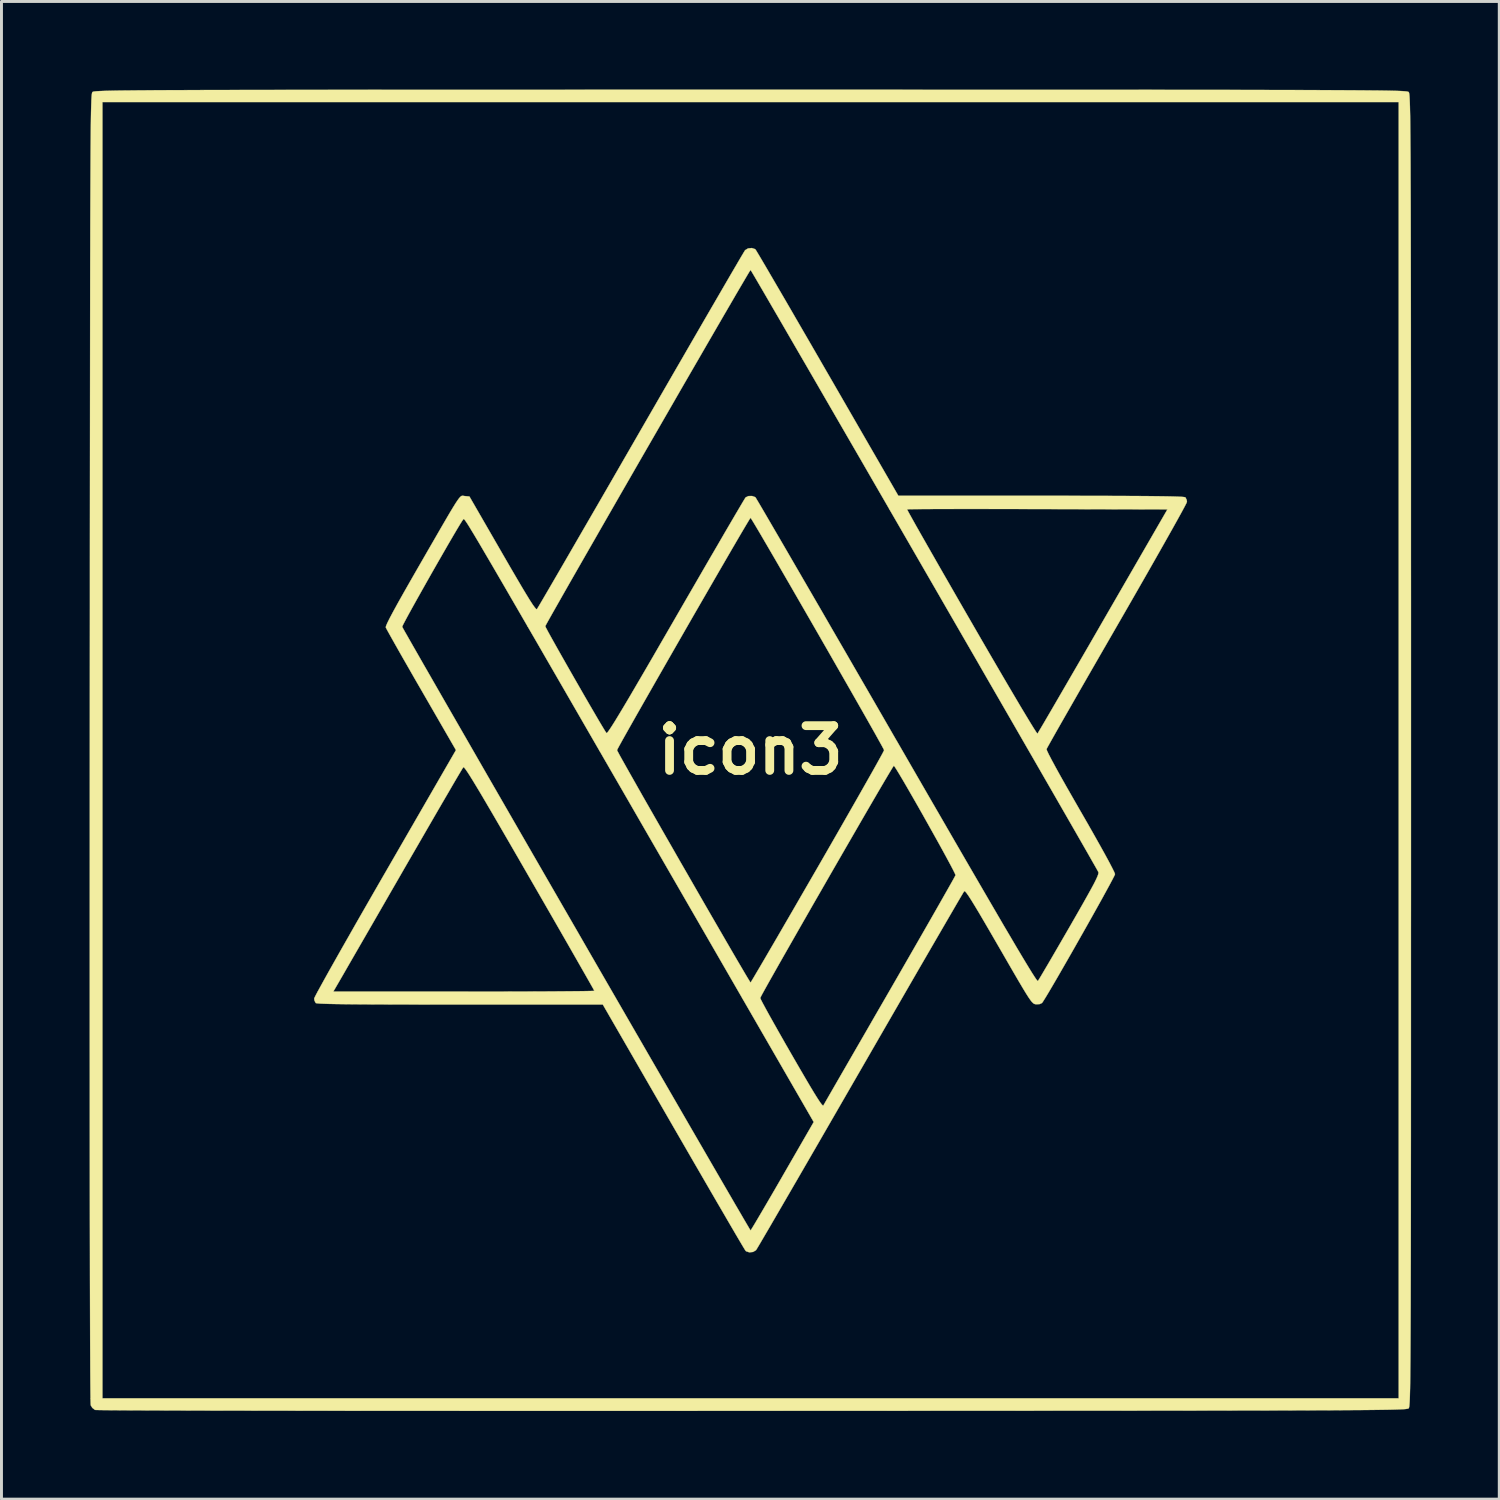
<source format=kicad_pcb>
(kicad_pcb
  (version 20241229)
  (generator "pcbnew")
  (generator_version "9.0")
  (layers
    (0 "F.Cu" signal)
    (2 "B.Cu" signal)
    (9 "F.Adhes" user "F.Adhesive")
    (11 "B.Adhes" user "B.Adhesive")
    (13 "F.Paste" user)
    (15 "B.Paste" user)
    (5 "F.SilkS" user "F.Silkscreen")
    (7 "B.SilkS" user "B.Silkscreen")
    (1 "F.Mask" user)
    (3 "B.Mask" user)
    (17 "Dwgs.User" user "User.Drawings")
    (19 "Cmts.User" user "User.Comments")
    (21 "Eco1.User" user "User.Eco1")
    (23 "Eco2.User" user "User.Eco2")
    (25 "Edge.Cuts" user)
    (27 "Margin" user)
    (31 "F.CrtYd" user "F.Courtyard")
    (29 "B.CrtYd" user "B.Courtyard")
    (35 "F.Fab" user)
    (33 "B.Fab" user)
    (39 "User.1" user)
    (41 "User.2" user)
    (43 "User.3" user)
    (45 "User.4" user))
  (footprint "icon3"
    (layer "F.Cu")
    (at 22.496 22.483)
    (property "Reference" "icon3" (at 0 0 0) (layer "F.SilkS") (effects (font (size 1.524 1.524) (thickness 0.3))))
    (attr through_hole)
    (fp_poly (pts (xy 1.674 -22.478) (xy 3.262 -22.478) (xy 4.766 -22.478) (xy 6.19 -22.477) (xy 7.535 -22.477) (xy 8.803 -22.477) (xy 9.996 -22.477) (xy 11.118 -22.477) (xy 12.169 -22.476) (xy 13.154 -22.476) (xy 14.072 -22.475) (xy 14.928 -22.474) (xy 15.723 -22.474) (xy 16.459 -22.473) (xy 17.138 -22.472) (xy 17.764 -22.47) (xy 18.338 -22.469) (xy 18.862 -22.468) (xy 19.339 -22.466) (xy 19.771 -22.464) (xy 20.16 -22.462) (xy 20.508 -22.46) (xy 20.818 -22.458) (xy 21.092 -22.455) (xy 21.333 -22.453) (xy 21.541 -22.45) (xy 21.721 -22.447) (xy 21.873 -22.443) (xy 22 -22.44) (xy 22.105 -22.436) (xy 22.19 -22.432) (xy 22.256 -22.427) (xy 22.307 -22.423) (xy 22.344 -22.418) (xy 22.37 -22.412) (xy 22.387 -22.407) (xy 22.397 -22.401) (xy 22.399 -22.399) (xy 22.405 -22.391) (xy 22.411 -22.377) (xy 22.416 -22.354) (xy 22.421 -22.321) (xy 22.426 -22.275) (xy 22.43 -22.214) (xy 22.434 -22.135) (xy 22.438 -22.037) (xy 22.442 -21.918) (xy 22.445 -21.774) (xy 22.449 -21.604) (xy 22.452 -21.405) (xy 22.454 -21.176) (xy 22.457 -20.913) (xy 22.459 -20.615) (xy 22.462 -20.28) (xy 22.464 -19.905) (xy 22.465 -19.487) (xy 22.467 -19.026) (xy 22.469 -18.517) (xy 22.47 -17.96) (xy 22.471 -17.352) (xy 22.472 -16.69) (xy 22.473 -15.973) (xy 22.474 -15.198) (xy 22.475 -14.363) (xy 22.475 -13.465) (xy 22.476 -12.503) (xy 22.476 -11.474) (xy 22.477 -10.376) (xy 22.477 -9.207) (xy 22.477 -7.964) (xy 22.477 -6.645) (xy 22.478 -5.247) (xy 22.478 -3.77) (xy 22.478 -2.21) (xy 22.478 -0.565) (xy 22.478 0) (xy 22.478 1.674) (xy 22.478 3.262) (xy 22.478 4.766) (xy 22.477 6.19) (xy 22.477 7.535) (xy 22.477 8.803) (xy 22.477 9.996) (xy 22.477 11.118) (xy 22.476 12.169) (xy 22.476 13.154) (xy 22.475 14.072) (xy 22.474 14.928) (xy 22.474 15.723) (xy 22.473 16.459) (xy 22.472 17.138) (xy 22.47 17.764) (xy 22.469 18.338) (xy 22.468 18.862) (xy 22.466 19.339) (xy 22.464 19.771) (xy 22.462 20.16) (xy 22.46 20.508) (xy 22.458 20.818) (xy 22.455 21.093) (xy 22.453 21.333) (xy 22.45 21.541) (xy 22.447 21.721) (xy 22.443 21.873) (xy 22.44 22) (xy 22.436 22.105) (xy 22.432 22.19) (xy 22.427 22.256) (xy 22.423 22.307) (xy 22.418 22.344) (xy 22.412 22.37) (xy 22.407 22.387) (xy 22.401 22.397) (xy 22.399 22.399) (xy 22.391 22.405) (xy 22.376 22.411) (xy 22.354 22.416) (xy 22.32 22.421) (xy 22.274 22.426) (xy 22.213 22.43) (xy 22.134 22.434) (xy 22.036 22.438) (xy 21.916 22.442) (xy 21.772 22.446) (xy 21.602 22.449) (xy 21.402 22.452) (xy 21.172 22.455) (xy 20.909 22.458) (xy 20.611 22.46) (xy 20.274 22.462) (xy 19.898 22.465) (xy 19.48 22.467) (xy 19.017 22.468) (xy 18.508 22.47) (xy 17.949 22.472) (xy 17.34 22.473) (xy 16.677 22.474) (xy 15.958 22.476) (xy 15.182 22.477) (xy 14.345 22.478) (xy 13.446 22.479) (xy 12.482 22.48) (xy 11.451 22.48) (xy 10.351 22.481) (xy 9.179 22.482) (xy 7.934 22.483) (xy 6.613 22.483) (xy 5.213 22.484) (xy 3.733 22.485) (xy 2.17 22.485) (xy 0.522 22.486) (xy 0.053 22.486) (xy -1.544 22.486) (xy -3.096 22.487) (xy -4.602 22.487) (xy -6.06 22.487) (xy -7.468 22.487) (xy -8.824 22.487) (xy -10.127 22.486) (xy -11.374 22.485) (xy -12.564 22.485) (xy -13.694 22.484) (xy -14.764 22.483) (xy -15.771 22.481) (xy -16.713 22.48) (xy -17.589 22.478) (xy -18.396 22.477) (xy -19.134 22.475) (xy -19.799 22.473) (xy -20.391 22.471) (xy -20.907 22.469) (xy -21.345 22.467) (xy -21.704 22.464) (xy -21.982 22.462) (xy -22.178 22.459) (xy -22.288 22.456) (xy -22.314 22.454) (xy -22.404 22.384) (xy -22.456 22.3) (xy -22.46 22.246) (xy -22.464 22.105) (xy -22.467 21.877) (xy -22.47 21.562) (xy -22.473 21.16) (xy -22.475 20.673) (xy -22.478 20.1) (xy -22.48 19.442) (xy -22.482 18.699) (xy -22.484 17.871) (xy -22.485 16.96) (xy -22.487 15.965) (xy -22.488 14.886) (xy -22.489 13.725) (xy -22.49 12.482) (xy -22.49 11.156) (xy -22.491 9.748) (xy -22.491 8.259) (xy -22.491 6.689) (xy -22.491 5.039) (xy -22.49 3.308) (xy -22.49 1.498) (xy -22.489 -0.068) (xy -22.488 -1.739) (xy -22.487 -3.324) (xy -22.486 -4.826) (xy -22.486 -6.247) (xy -22.485 -7.589) (xy -22.484 -8.855) (xy -22.483 -10.046) (xy -22.482 -11.165) (xy -22.481 -12.214) (xy -22.48 -13.196) (xy -22.479 -14.112) (xy -22.478 -14.966) (xy -22.477 -15.758) (xy -22.476 -16.492) (xy -22.474 -17.169) (xy -22.473 -17.793) (xy -22.471 -18.365) (xy -22.469 -18.887) (xy -22.467 -19.362) (xy -22.465 -19.792) (xy -22.463 -20.179) (xy -22.461 -20.525) (xy -22.458 -20.834) (xy -22.456 -21.106) (xy -22.453 -21.345) (xy -22.45 -21.552) (xy -22.447 -21.73) (xy -22.443 -21.881) (xy -22.439 -22.007) (xy -22.437 -22.06) (xy -22.06 -22.06) (xy -22.06 22.06) (xy 22.06 22.06) (xy 22.06 -22.06) (xy -22.06 -22.06) (xy -22.437 -22.06) (xy -22.436 -22.111) (xy -22.431 -22.194) (xy -22.427 -22.26) (xy -22.422 -22.31) (xy -22.417 -22.346) (xy -22.412 -22.371) (xy -22.407 -22.388) (xy -22.401 -22.398) (xy -22.399 -22.399) (xy -22.391 -22.405) (xy -22.377 -22.411) (xy -22.354 -22.416) (xy -22.321 -22.421) (xy -22.275 -22.426) (xy -22.214 -22.43) (xy -22.135 -22.434) (xy -22.037 -22.438) (xy -21.918 -22.442) (xy -21.774 -22.445) (xy -21.604 -22.449) (xy -21.405 -22.452) (xy -21.176 -22.454) (xy -20.913 -22.457) (xy -20.615 -22.459) (xy -20.28 -22.462) (xy -19.905 -22.464) (xy -19.487 -22.465) (xy -19.026 -22.467) (xy -18.517 -22.469) (xy -17.96 -22.47) (xy -17.352 -22.471) (xy -16.69 -22.472) (xy -15.973 -22.473) (xy -15.198 -22.474) (xy -14.363 -22.475) (xy -13.465 -22.475) (xy -12.503 -22.476) (xy -11.474 -22.476) (xy -10.376 -22.477) (xy -9.207 -22.477) (xy -7.963 -22.477) (xy -6.644 -22.477) (xy -5.247 -22.478) (xy -3.77 -22.478) (xy -2.21 -22.478) (xy -0.565 -22.478) (xy 0 -22.478) (xy 1.674 -22.478)) (stroke (width 0.01) (type solid)) (fill yes) (layer "F.SilkS"))
    (fp_poly (pts (xy 0.153 -17.054) (xy 0.168 -17.04) (xy 0.197 -16.996) (xy 0.267 -16.88) (xy 0.375 -16.698) (xy 0.518 -16.455) (xy 0.693 -16.155) (xy 0.898 -15.804) (xy 1.13 -15.407) (xy 1.385 -14.968) (xy 1.66 -14.492) (xy 1.954 -13.986) (xy 2.263 -13.452) (xy 2.583 -12.897) (xy 2.627 -12.822) (xy 5.031 -8.657) (xy 9.889 -8.657) (xy 10.689 -8.657) (xy 11.404 -8.656) (xy 12.039 -8.655) (xy 12.597 -8.653) (xy 13.083 -8.651) (xy 13.499 -8.648) (xy 13.85 -8.644) (xy 14.14 -8.64) (xy 14.372 -8.635) (xy 14.55 -8.629) (xy 14.677 -8.623) (xy 14.759 -8.615) (xy 14.797 -8.607) (xy 14.801 -8.604) (xy 14.844 -8.52) (xy 14.853 -8.454) (xy 14.832 -8.403) (xy 14.769 -8.281) (xy 14.668 -8.094) (xy 14.531 -7.846) (xy 14.361 -7.541) (xy 14.161 -7.186) (xy 13.935 -6.786) (xy 13.684 -6.344) (xy 13.412 -5.867) (xy 13.121 -5.359) (xy 12.815 -4.826) (xy 12.496 -4.272) (xy 12.474 -4.234) (xy 12.154 -3.679) (xy 11.846 -3.145) (xy 11.553 -2.636) (xy 11.278 -2.158) (xy 11.025 -1.716) (xy 10.795 -1.314) (xy 10.591 -0.958) (xy 10.417 -0.652) (xy 10.276 -0.402) (xy 10.17 -0.213) (xy 10.101 -0.089) (xy 10.074 -0.036) (xy 10.074 -0.036) (xy 10.091 0.019) (xy 10.151 0.145) (xy 10.251 0.337) (xy 10.388 0.591) (xy 10.56 0.902) (xy 10.765 1.265) (xy 11 1.676) (xy 11.229 2.075) (xy 11.473 2.498) (xy 11.695 2.889) (xy 11.893 3.241) (xy 12.064 3.549) (xy 12.204 3.807) (xy 12.309 4.008) (xy 12.377 4.146) (xy 12.404 4.215) (xy 12.405 4.219) (xy 12.384 4.271) (xy 12.323 4.39) (xy 12.228 4.569) (xy 12.103 4.798) (xy 11.954 5.07) (xy 11.784 5.375) (xy 11.599 5.706) (xy 11.403 6.054) (xy 11.201 6.41) (xy 10.999 6.767) (xy 10.8 7.115) (xy 10.609 7.447) (xy 10.433 7.753) (xy 10.274 8.025) (xy 10.138 8.256) (xy 10.029 8.436) (xy 9.953 8.557) (xy 9.92 8.604) (xy 9.845 8.641) (xy 9.726 8.649) (xy 9.722 8.648) (xy 9.687 8.644) (xy 9.654 8.634) (xy 9.619 8.611) (xy 9.577 8.571) (xy 9.526 8.505) (xy 9.459 8.409) (xy 9.374 8.275) (xy 9.267 8.099) (xy 9.133 7.873) (xy 8.969 7.592) (xy 8.77 7.248) (xy 8.533 6.837) (xy 8.447 6.689) (xy 8.186 6.238) (xy 7.965 5.859) (xy 7.782 5.547) (xy 7.631 5.296) (xy 7.512 5.102) (xy 7.42 4.96) (xy 7.353 4.865) (xy 7.307 4.812) (xy 7.279 4.796) (xy 7.272 4.799) (xy 7.244 4.843) (xy 7.175 4.959) (xy 7.067 5.143) (xy 6.923 5.39) (xy 6.744 5.698) (xy 6.533 6.061) (xy 6.292 6.476) (xy 6.024 6.938) (xy 5.731 7.443) (xy 5.416 7.988) (xy 5.081 8.568) (xy 4.728 9.179) (xy 4.359 9.818) (xy 3.978 10.479) (xy 3.736 10.898) (xy 3.347 11.572) (xy 2.97 12.225) (xy 2.607 12.854) (xy 2.26 13.455) (xy 1.931 14.023) (xy 1.623 14.555) (xy 1.338 15.046) (xy 1.079 15.492) (xy 0.848 15.89) (xy 0.648 16.234) (xy 0.48 16.521) (xy 0.348 16.747) (xy 0.253 16.907) (xy 0.198 16.998) (xy 0.185 17.018) (xy 0.085 17.078) (xy -0.042 17.091) (xy -0.151 17.055) (xy -0.167 17.041) (xy -0.196 16.997) (xy -0.266 16.881) (xy -0.374 16.699) (xy -0.517 16.456) (xy -0.692 16.156) (xy -0.896 15.805) (xy -1.128 15.408) (xy -1.383 14.969) (xy -1.658 14.494) (xy -1.952 13.987) (xy -2.26 13.454) (xy -2.581 12.899) (xy -2.625 12.823) (xy -5.029 8.657) (xy -9.888 8.657) (xy -10.688 8.657) (xy -11.403 8.656) (xy -12.038 8.655) (xy -12.596 8.653) (xy -13.082 8.651) (xy -13.498 8.648) (xy -13.85 8.644) (xy -14.139 8.64) (xy -14.371 8.635) (xy -14.549 8.629) (xy -14.677 8.623) (xy -14.758 8.615) (xy -14.797 8.607) (xy -14.801 8.604) (xy -14.844 8.52) (xy -14.853 8.454) (xy -14.832 8.404) (xy -14.769 8.282) (xy -14.734 8.218) (xy -14.203 8.218) (xy -9.76 8.218) (xy -9.143 8.217) (xy -8.552 8.217) (xy -7.992 8.215) (xy -7.469 8.214) (xy -6.989 8.212) (xy -6.557 8.209) (xy -6.181 8.206) (xy -5.865 8.203) (xy -5.615 8.2) (xy -5.437 8.196) (xy -5.337 8.193) (xy -5.317 8.19) (xy -5.339 8.149) (xy -5.401 8.037) (xy -5.502 7.859) (xy -5.638 7.62) (xy -5.806 7.326) (xy -6.003 6.981) (xy -6.226 6.591) (xy -6.473 6.161) (xy -6.74 5.696) (xy -7.025 5.201) (xy -7.325 4.681) (xy -7.521 4.341) (xy -7.892 3.698) (xy -8.222 3.127) (xy -8.513 2.626) (xy -8.767 2.189) (xy -8.987 1.814) (xy -9.174 1.496) (xy -9.332 1.233) (xy -9.461 1.02) (xy -9.565 0.853) (xy -9.646 0.729) (xy -9.706 0.644) (xy -9.746 0.595) (xy -9.77 0.577) (xy -9.777 0.579) (xy -9.806 0.625) (xy -9.876 0.741) (xy -9.984 0.923) (xy -10.126 1.165) (xy -10.299 1.463) (xy -10.501 1.809) (xy -10.728 2.2) (xy -10.977 2.63) (xy -11.245 3.094) (xy -11.53 3.586) (xy -11.827 4.1) (xy -11.933 4.285) (xy -12.235 4.808) (xy -12.525 5.312) (xy -12.801 5.791) (xy -13.06 6.24) (xy -13.298 6.652) (xy -13.512 7.023) (xy -13.699 7.347) (xy -13.855 7.619) (xy -13.979 7.833) (xy -14.066 7.983) (xy -14.113 8.064) (xy -14.119 8.075) (xy -14.203 8.218) (xy -14.734 8.218) (xy -14.667 8.095) (xy -14.53 7.846) (xy -14.361 7.542) (xy -14.161 7.187) (xy -13.934 6.785) (xy -13.682 6.343) (xy -13.41 5.864) (xy -13.118 5.355) (xy -12.811 4.82) (xy -12.49 4.263) (xy -12.44 4.177) (xy -10.027 -0.003) (xy -11.208 -2.049) (xy -11.433 -2.438) (xy -11.644 -2.807) (xy -11.839 -3.147) (xy -12.012 -3.451) (xy -12.159 -3.712) (xy -12.277 -3.922) (xy -12.362 -4.075) (xy -12.408 -4.162) (xy -12.416 -4.179) (xy -12.412 -4.2) (xy -11.857 -4.2) (xy -11.834 -4.156) (xy -11.77 -4.041) (xy -11.665 -3.857) (xy -11.524 -3.609) (xy -11.347 -3.3) (xy -11.138 -2.934) (xy -10.897 -2.515) (xy -10.628 -2.046) (xy -10.333 -1.532) (xy -10.013 -0.977) (xy -9.671 -0.383) (xy -9.31 0.245) (xy -8.931 0.904) (xy -8.536 1.589) (xy -8.128 2.297) (xy -7.709 3.024) (xy -7.281 3.766) (xy -6.846 4.52) (xy -6.407 5.281) (xy -5.965 6.046) (xy -5.524 6.812) (xy -5.084 7.574) (xy -4.648 8.328) (xy -4.219 9.071) (xy -3.798 9.799) (xy -3.388 10.509) (xy -2.991 11.196) (xy -2.609 11.856) (xy -2.245 12.486) (xy -1.9 13.082) (xy -1.576 13.641) (xy -1.277 14.158) (xy -1.003 14.63) (xy -0.758 15.052) (xy -0.543 15.422) (xy -0.36 15.735) (xy -0.213 15.988) (xy -0.102 16.176) (xy -0.031 16.297) (xy -0.001 16.345) (xy 0 16.346) (xy 0.026 16.309) (xy 0.091 16.203) (xy 0.191 16.036) (xy 0.322 15.814) (xy 0.479 15.546) (xy 0.659 15.238) (xy 0.857 14.898) (xy 1.068 14.533) (xy 1.086 14.501) (xy 2.15 12.656) (xy -0.286 8.435) (xy 0.33 8.435) (xy 0.351 8.487) (xy 0.412 8.606) (xy 0.509 8.786) (xy 0.637 9.019) (xy 0.793 9.297) (xy 0.971 9.613) (xy 1.167 9.958) (xy 1.378 10.325) (xy 1.384 10.336) (xy 1.637 10.773) (xy 1.85 11.138) (xy 2.026 11.437) (xy 2.168 11.673) (xy 2.28 11.852) (xy 2.363 11.978) (xy 2.423 12.058) (xy 2.46 12.094) (xy 2.479 12.092) (xy 2.479 12.092) (xy 2.506 12.045) (xy 2.574 11.926) (xy 2.68 11.742) (xy 2.821 11.497) (xy 2.994 11.197) (xy 3.196 10.847) (xy 3.424 10.452) (xy 3.675 10.017) (xy 3.946 9.548) (xy 4.233 9.049) (xy 4.535 8.527) (xy 4.738 8.176) (xy 5.047 7.64) (xy 5.343 7.125) (xy 5.624 6.636) (xy 5.887 6.178) (xy 6.129 5.756) (xy 6.346 5.376) (xy 6.536 5.042) (xy 6.696 4.76) (xy 6.823 4.536) (xy 6.914 4.373) (xy 6.965 4.278) (xy 6.977 4.255) (xy 6.959 4.206) (xy 6.902 4.09) (xy 6.812 3.917) (xy 6.693 3.696) (xy 6.551 3.435) (xy 6.39 3.143) (xy 6.216 2.831) (xy 6.034 2.506) (xy 5.85 2.178) (xy 5.667 1.856) (xy 5.491 1.549) (xy 5.328 1.266) (xy 5.182 1.016) (xy 5.059 0.809) (xy 4.963 0.652) (xy 4.9 0.556) (xy 4.876 0.529) (xy 4.85 0.566) (xy 4.784 0.673) (xy 4.682 0.844) (xy 4.546 1.073) (xy 4.381 1.354) (xy 4.19 1.681) (xy 3.977 2.047) (xy 3.745 2.447) (xy 3.498 2.875) (xy 3.239 3.323) (xy 2.971 3.787) (xy 2.699 4.259) (xy 2.426 4.735) (xy 2.154 5.207) (xy 1.889 5.67) (xy 1.633 6.117) (xy 1.39 6.543) (xy 1.163 6.941) (xy 0.956 7.305) (xy 0.773 7.629) (xy 0.616 7.907) (xy 0.49 8.133) (xy 0.398 8.3) (xy 0.344 8.403) (xy 0.33 8.435) (xy -0.286 8.435) (xy -1.597 6.163) (xy -2.307 4.933) (xy -2.975 3.776) (xy -3.601 2.691) (xy -4.187 1.675) (xy -4.735 0.726) (xy -5.155 -0.001) (xy -4.545 -0.001) (xy -4.523 0.044) (xy -4.462 0.159) (xy -4.363 0.337) (xy -4.231 0.572) (xy -4.069 0.859) (xy -3.881 1.191) (xy -3.671 1.562) (xy -3.441 1.965) (xy -3.195 2.395) (xy -2.937 2.846) (xy -2.67 3.311) (xy -2.399 3.785) (xy -2.125 4.26) (xy -1.854 4.732) (xy -1.588 5.194) (xy -1.331 5.639) (xy -1.086 6.062) (xy -0.857 6.457) (xy -0.648 6.817) (xy -0.462 7.136) (xy -0.302 7.408) (xy -0.173 7.628) (xy -0.077 7.788) (xy -0.018 7.883) (xy 0 7.908) (xy 0.025 7.871) (xy 0.09 7.763) (xy 0.193 7.588) (xy 0.332 7.353) (xy 0.503 7.061) (xy 0.702 6.719) (xy 0.929 6.33) (xy 1.178 5.9) (xy 1.448 5.435) (xy 1.735 4.938) (xy 2.037 4.416) (xy 2.284 3.989) (xy 2.595 3.449) (xy 2.894 2.929) (xy 3.177 2.435) (xy 3.442 1.971) (xy 3.685 1.545) (xy 3.904 1.159) (xy 4.096 0.82) (xy 4.258 0.532) (xy 4.386 0.301) (xy 4.479 0.132) (xy 4.532 0.029) (xy 4.545 -0.001) (xy 4.524 -0.046) (xy 4.462 -0.161) (xy 4.363 -0.339) (xy 4.232 -0.575) (xy 4.07 -0.862) (xy 3.882 -1.194) (xy 3.671 -1.564) (xy 3.441 -1.968) (xy 3.195 -2.398) (xy 2.937 -2.849) (xy 2.671 -3.314) (xy 2.399 -3.788) (xy 2.126 -4.263) (xy 1.854 -4.735) (xy 1.588 -5.196) (xy 1.331 -5.642) (xy 1.086 -6.065) (xy 0.858 -6.459) (xy 0.648 -6.819) (xy 0.462 -7.138) (xy 0.303 -7.41) (xy 0.173 -7.629) (xy 0.077 -7.789) (xy 0.018 -7.884) (xy 0 -7.909) (xy -0.026 -7.872) (xy -0.092 -7.764) (xy -0.194 -7.593) (xy -0.33 -7.363) (xy -0.494 -7.082) (xy -0.685 -6.755) (xy -0.898 -6.388) (xy -1.13 -5.988) (xy -1.377 -5.56) (xy -1.636 -5.112) (xy -1.904 -4.648) (xy -2.176 -4.175) (xy -2.449 -3.699) (xy -2.72 -3.227) (xy -2.985 -2.764) (xy -3.241 -2.317) (xy -3.484 -1.891) (xy -3.711 -1.493) (xy -3.918 -1.129) (xy -4.101 -0.805) (xy -4.258 -0.527) (xy -4.384 -0.302) (xy -4.476 -0.135) (xy -4.53 -0.033) (xy -4.545 -0.001) (xy -5.155 -0.001) (xy -5.246 -0.158) (xy -5.72 -0.979) (xy -6.16 -1.741) (xy -6.566 -2.444) (xy -6.941 -3.092) (xy -7.284 -3.687) (xy -7.593 -4.219) (xy -6.987 -4.219) (xy -6.966 -4.172) (xy -6.906 -4.058) (xy -6.812 -3.886) (xy -6.689 -3.666) (xy -6.544 -3.407) (xy -6.38 -3.118) (xy -6.204 -2.808) (xy -6.02 -2.486) (xy -5.834 -2.162) (xy -5.652 -1.845) (xy -5.477 -1.543) (xy -5.316 -1.267) (xy -5.175 -1.025) (xy -5.057 -0.827) (xy -4.969 -0.681) (xy -4.915 -0.597) (xy -4.904 -0.582) (xy -4.886 -0.589) (xy -4.849 -0.632) (xy -4.792 -0.713) (xy -4.711 -0.836) (xy -4.605 -1.005) (xy -4.473 -1.222) (xy -4.311 -1.492) (xy -4.118 -1.817) (xy -3.893 -2.202) (xy -3.632 -2.648) (xy -3.334 -3.16) (xy -2.998 -3.742) (xy -2.62 -4.395) (xy -2.537 -4.539) (xy -2.221 -5.086) (xy -1.916 -5.612) (xy -1.627 -6.112) (xy -1.355 -6.581) (xy -1.103 -7.013) (xy -0.876 -7.405) (xy -0.674 -7.75) (xy -0.502 -8.044) (xy -0.362 -8.281) (xy -0.258 -8.457) (xy -0.192 -8.566) (xy -0.167 -8.604) (xy -0.071 -8.649) (xy 0.053 -8.651) (xy 0.157 -8.613) (xy 0.168 -8.603) (xy 0.195 -8.56) (xy 0.264 -8.445) (xy 0.373 -8.26) (xy 0.519 -8.01) (xy 0.701 -7.698) (xy 0.917 -7.327) (xy 1.165 -6.901) (xy 1.442 -6.423) (xy 1.747 -5.897) (xy 2.078 -5.327) (xy 2.433 -4.715) (xy 2.808 -4.065) (xy 3.204 -3.382) (xy 3.617 -2.667) (xy 4.046 -1.926) (xy 4.488 -1.161) (xy 4.941 -0.375) (xy 4.975 -0.318) (xy 5.535 0.652) (xy 6.052 1.547) (xy 6.529 2.371) (xy 6.966 3.127) (xy 7.365 3.815) (xy 7.728 4.44) (xy 8.056 5.004) (xy 8.35 5.508) (xy 8.611 5.956) (xy 8.843 6.349) (xy 9.044 6.691) (xy 9.218 6.983) (xy 9.366 7.229) (xy 9.488 7.43) (xy 9.587 7.59) (xy 9.664 7.71) (xy 9.72 7.793) (xy 9.757 7.841) (xy 9.776 7.858) (xy 9.779 7.857) (xy 9.811 7.808) (xy 9.882 7.691) (xy 9.987 7.513) (xy 10.123 7.283) (xy 10.284 7.007) (xy 10.466 6.694) (xy 10.664 6.352) (xy 10.854 6.024) (xy 11.097 5.601) (xy 11.299 5.247) (xy 11.463 4.955) (xy 11.593 4.721) (xy 11.692 4.537) (xy 11.762 4.396) (xy 11.809 4.292) (xy 11.834 4.22) (xy 11.842 4.172) (xy 11.838 4.148) (xy 11.812 4.1) (xy 11.745 3.98) (xy 11.638 3.793) (xy 11.495 3.541) (xy 11.316 3.229) (xy 11.104 2.859) (xy 10.862 2.438) (xy 10.591 1.967) (xy 10.294 1.45) (xy 9.973 0.893) (xy 9.63 0.297) (xy 9.267 -0.332) (xy 8.887 -0.992) (xy 8.491 -1.678) (xy 8.082 -2.386) (xy 7.663 -3.114) (xy 7.234 -3.856) (xy 6.799 -4.609) (xy 6.36 -5.37) (xy 5.918 -6.135) (xy 5.477 -6.899) (xy 5.038 -7.659) (xy 4.726 -8.198) (xy 5.327 -8.198) (xy 5.346 -8.158) (xy 5.406 -8.047) (xy 5.504 -7.871) (xy 5.637 -7.633) (xy 5.803 -7.34) (xy 5.999 -6.996) (xy 6.221 -6.607) (xy 6.466 -6.178) (xy 6.733 -5.714) (xy 7.017 -5.219) (xy 7.316 -4.7) (xy 7.517 -4.352) (xy 7.848 -3.779) (xy 8.161 -3.24) (xy 8.454 -2.738) (xy 8.723 -2.278) (xy 8.968 -1.863) (xy 9.184 -1.497) (xy 9.371 -1.186) (xy 9.524 -0.933) (xy 9.642 -0.742) (xy 9.722 -0.618) (xy 9.762 -0.565) (xy 9.765 -0.563) (xy 9.792 -0.606) (xy 9.86 -0.72) (xy 9.966 -0.899) (xy 10.106 -1.139) (xy 10.279 -1.435) (xy 10.48 -1.781) (xy 10.707 -2.172) (xy 10.957 -2.603) (xy 11.227 -3.068) (xy 11.514 -3.563) (xy 11.814 -4.083) (xy 11.996 -4.399) (xy 14.189 -8.196) (xy 9.768 -8.207) (xy 9.152 -8.208) (xy 8.562 -8.209) (xy 8.002 -8.21) (xy 7.479 -8.21) (xy 6.999 -8.21) (xy 6.568 -8.209) (xy 6.191 -8.208) (xy 5.875 -8.206) (xy 5.625 -8.205) (xy 5.447 -8.202) (xy 5.347 -8.2) (xy 5.327 -8.198) (xy 4.726 -8.198) (xy 4.603 -8.412) (xy 4.174 -9.153) (xy 3.755 -9.879) (xy 3.346 -10.585) (xy 2.95 -11.269) (xy 2.57 -11.926) (xy 2.208 -12.552) (xy 1.865 -13.144) (xy 1.543 -13.698) (xy 1.246 -14.211) (xy 0.976 -14.677) (xy 0.733 -15.094) (xy 0.522 -15.458) (xy 0.343 -15.765) (xy 0.199 -16.011) (xy 0.093 -16.192) (xy 0.026 -16.305) (xy 0.000138 -16.346) (xy 0 -16.346) (xy -0.025 -16.309) (xy -0.091 -16.2) (xy -0.194 -16.025) (xy -0.333 -15.789) (xy -0.505 -15.496) (xy -0.705 -15.151) (xy -0.933 -14.76) (xy -1.184 -14.327) (xy -1.456 -13.858) (xy -1.746 -13.356) (xy -2.052 -12.828) (xy -2.37 -12.278) (xy -2.697 -11.71) (xy -3.031 -11.131) (xy -3.369 -10.545) (xy -3.709 -9.956) (xy -4.046 -9.37) (xy -4.379 -8.792) (xy -4.704 -8.226) (xy -5.019 -7.678) (xy -5.32 -7.152) (xy -5.606 -6.654) (xy -5.873 -6.188) (xy -6.118 -5.76) (xy -6.338 -5.374) (xy -6.531 -5.034) (xy -6.694 -4.747) (xy -6.824 -4.517) (xy -6.918 -4.349) (xy -6.973 -4.248) (xy -6.987 -4.219) (xy -7.593 -4.219) (xy -7.599 -4.23) (xy -7.885 -4.724) (xy -8.145 -5.172) (xy -8.379 -5.576) (xy -8.59 -5.938) (xy -8.777 -6.26) (xy -8.944 -6.544) (xy -9.09 -6.793) (xy -9.217 -7.01) (xy -9.327 -7.195) (xy -9.421 -7.353) (xy -9.501 -7.484) (xy -9.566 -7.592) (xy -9.62 -7.678) (xy -9.663 -7.744) (xy -9.697 -7.794) (xy -9.722 -7.829) (xy -9.741 -7.851) (xy -9.754 -7.864) (xy -9.763 -7.868) (xy -9.769 -7.867) (xy -9.774 -7.863) (xy -9.778 -7.857) (xy -9.82 -7.798) (xy -9.898 -7.673) (xy -10.006 -7.493) (xy -10.14 -7.265) (xy -10.295 -7) (xy -10.464 -6.706) (xy -10.644 -6.393) (xy -10.829 -6.069) (xy -11.013 -5.744) (xy -11.191 -5.428) (xy -11.359 -5.129) (xy -11.511 -4.856) (xy -11.642 -4.618) (xy -11.746 -4.425) (xy -11.819 -4.286) (xy -11.854 -4.21) (xy -11.857 -4.2) (xy -12.412 -4.2) (xy -12.407 -4.227) (xy -12.364 -4.328) (xy -12.286 -4.485) (xy -12.171 -4.702) (xy -12.018 -4.982) (xy -11.824 -5.327) (xy -11.589 -5.74) (xy -11.31 -6.226) (xy -11.27 -6.295) (xy -10.991 -6.78) (xy -10.752 -7.193) (xy -10.551 -7.542) (xy -10.383 -7.831) (xy -10.245 -8.067) (xy -10.133 -8.253) (xy -10.044 -8.397) (xy -9.974 -8.502) (xy -9.92 -8.576) (xy -9.878 -8.623) (xy -9.844 -8.649) (xy -9.815 -8.659) (xy -9.787 -8.658) (xy -9.756 -8.653) (xy -9.726 -8.649) (xy -9.569 -8.635) (xy -8.446 -6.689) (xy -8.185 -6.238) (xy -7.963 -5.858) (xy -7.779 -5.545) (xy -7.628 -5.294) (xy -7.509 -5.1) (xy -7.417 -4.958) (xy -7.349 -4.864) (xy -7.304 -4.811) (xy -7.277 -4.796) (xy -7.271 -4.8) (xy -7.244 -4.843) (xy -7.175 -4.959) (xy -7.067 -5.143) (xy -6.922 -5.391) (xy -6.743 -5.698) (xy -6.532 -6.061) (xy -6.291 -6.476) (xy -6.024 -6.938) (xy -5.731 -7.444) (xy -5.416 -7.988) (xy -5.08 -8.568) (xy -4.727 -9.179) (xy -4.359 -9.818) (xy -3.978 -10.478) (xy -3.736 -10.898) (xy -3.347 -11.572) (xy -2.97 -12.225) (xy -2.607 -12.854) (xy -2.259 -13.455) (xy -1.931 -14.023) (xy -1.623 -14.555) (xy -1.338 -15.046) (xy -1.079 -15.492) (xy -0.848 -15.89) (xy -0.648 -16.234) (xy -0.48 -16.521) (xy -0.348 -16.747) (xy -0.253 -16.907) (xy -0.198 -16.998) (xy -0.185 -17.018) (xy -0.085 -17.078) (xy 0.043 -17.091) (xy 0.153 -17.054)) (stroke (width 0.01) (type solid)) (fill yes) (layer "F.SilkS")))
  (gr_rect
    (start -3 -3)
    (end 47.979 47.975)
    (stroke (width 0.1) (type default))
    (fill no)
    (layer "Edge.Cuts")))
</source>
